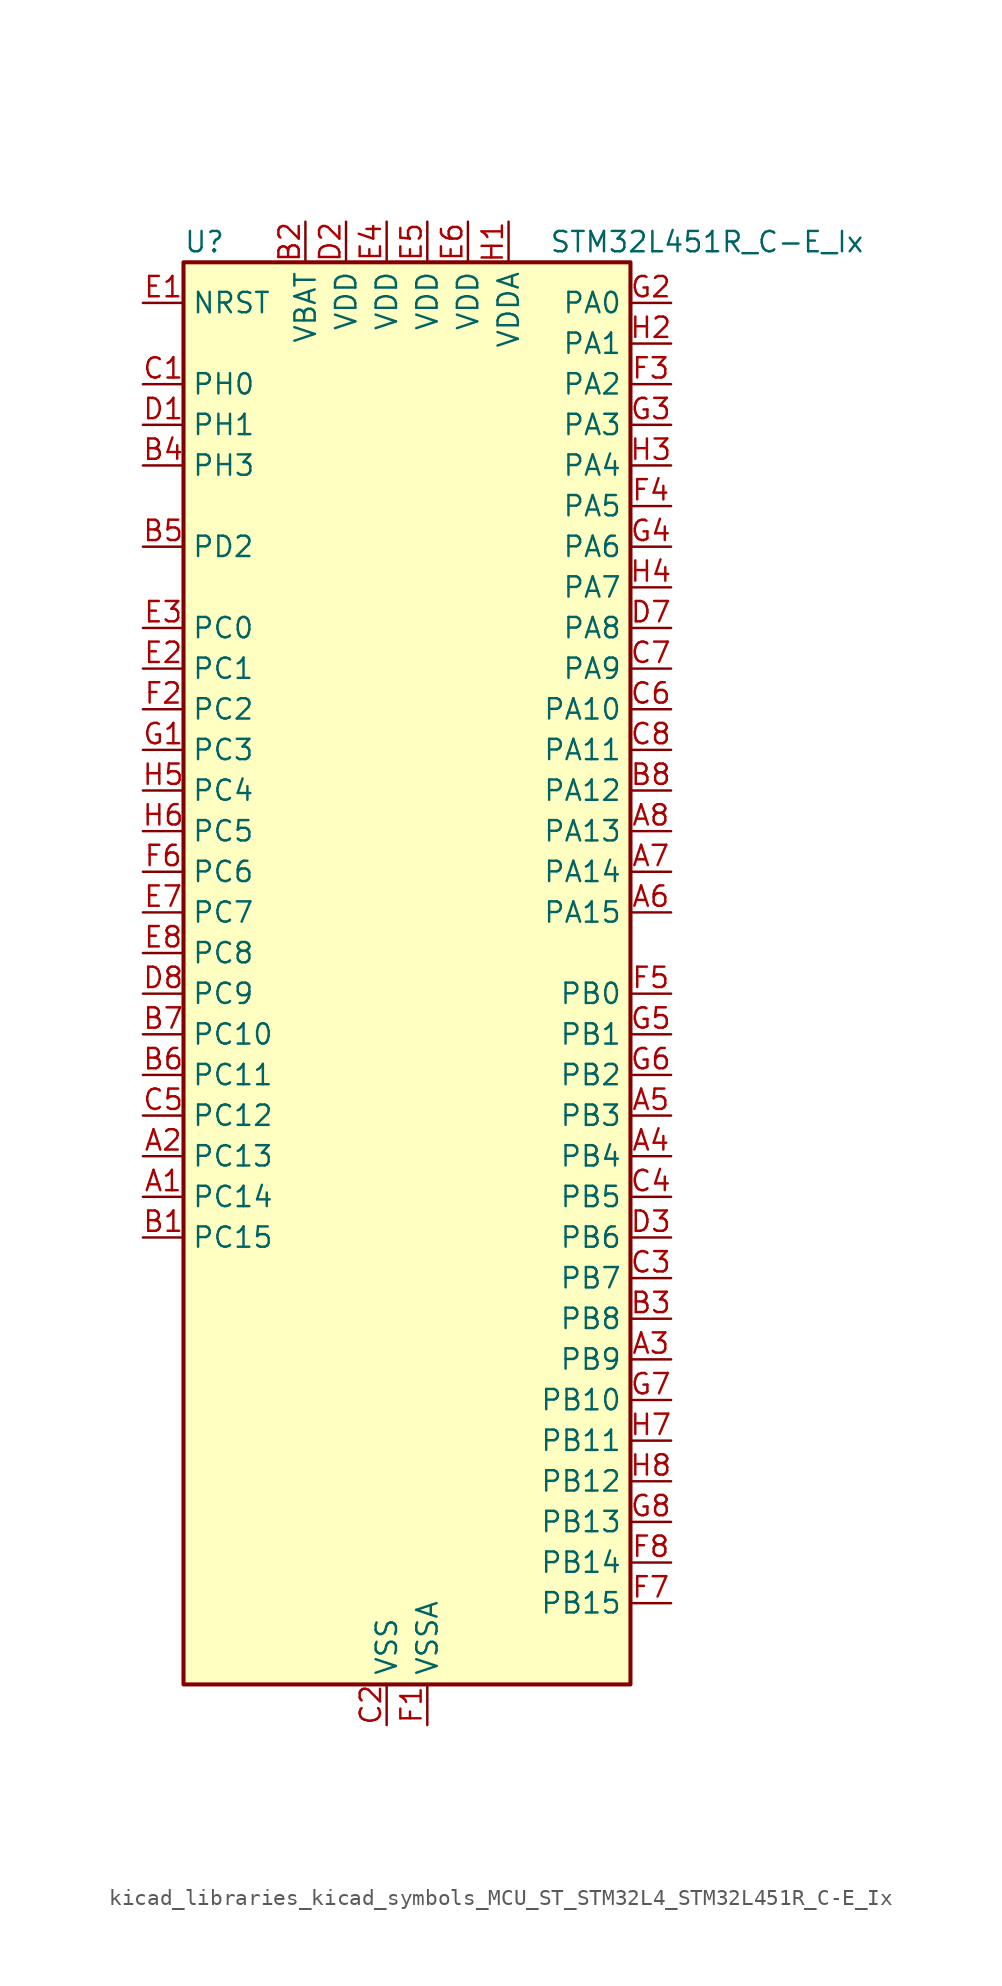
<source format=kicad_sym>
(kicad_symbol_lib
  (version 20220914)
  (generator kicad_symbol_editor)
  (symbol "kicad_libraries_kicad_symbols_MCU_ST_STM32L4_STM32L451R_C-E_Ix"
    (property "Reference" "U"
      (at -12.7 46.99 0)
      (effects (font (size 1.27 1.27)) (justify left)))
    (property "Value" "STM32L451R_C-E_Ix"
      (at 10.16 46.99 0)
      (effects (font (size 1.27 1.27)) (justify left)))
    (property "ki_locked" ""
      (at 0 0 0)
      (effects (font (size 1.27 1.27))))
    (symbol "kicad_libraries_kicad_symbols_MCU_ST_STM32L4_STM32L451R_C-E_Ix_0_1"
      (rectangle (start -12.7 -43.18) (end 15.24 45.72) (stroke (width 0.254) (type default)) (fill (type background))))
    (symbol "kicad_libraries_kicad_symbols_MCU_ST_STM32L4_STM32L451R_C-E_Ix_1_1"
      (pin bidirectional line (at -15.24 -12.7 0) (length 2.54) (name "PC14" (effects (font (size 1.27 1.27)))) (number "A1" (effects (font (size 1.27 1.27)))) (alternate "RCC_OSC32_IN" bidirectional line))
      (pin bidirectional line (at -15.24 -10.16 0) (length 2.54) (name "PC13" (effects (font (size 1.27 1.27)))) (number "A2" (effects (font (size 1.27 1.27)))) (alternate "RTC_OUT_ALARM" bidirectional line) (alternate "RTC_OUT_CALIB" bidirectional line) (alternate "RTC_TAMP1" bidirectional line) (alternate "RTC_TS" bidirectional line) (alternate "SYS_WKUP2" bidirectional line))
      (pin bidirectional line (at 17.78 -22.86 180) (length 2.54) (name "PB9" (effects (font (size 1.27 1.27)))) (number "A3" (effects (font (size 1.27 1.27)))) (alternate "CAN1_TX" bidirectional line) (alternate "DAC1_EXTI9" bidirectional line) (alternate "I2C1_SDA" bidirectional line) (alternate "IR_OUT" bidirectional line) (alternate "SAI1_FS_A" bidirectional line) (alternate "SDMMC1_D5" bidirectional line) (alternate "SPI2_NSS" bidirectional line))
      (pin bidirectional line (at 17.78 -10.16 180) (length 2.54) (name "PB4" (effects (font (size 1.27 1.27)))) (number "A4" (effects (font (size 1.27 1.27)))) (alternate "COMP2_INP" bidirectional line) (alternate "I2C3_SDA" bidirectional line) (alternate "SAI1_MCLK_B" bidirectional line) (alternate "SPI1_MISO" bidirectional line) (alternate "SPI3_MISO" bidirectional line) (alternate "SYS_JTRST" bidirectional line) (alternate "TIM3_CH1" bidirectional line) (alternate "TSC_G2_IO1" bidirectional line) (alternate "USART1_CTS" bidirectional line))
      (pin bidirectional line (at 17.78 -7.62 180) (length 2.54) (name "PB3" (effects (font (size 1.27 1.27)))) (number "A5" (effects (font (size 1.27 1.27)))) (alternate "COMP2_INM" bidirectional line) (alternate "SAI1_SCK_B" bidirectional line) (alternate "SPI1_SCK" bidirectional line) (alternate "SPI3_SCK" bidirectional line) (alternate "SYS_JTDO-SWO" bidirectional line) (alternate "TIM2_CH2" bidirectional line) (alternate "USART1_DE" bidirectional line) (alternate "USART1_RTS" bidirectional line))
      (pin bidirectional line (at 17.78 5.08 180) (length 2.54) (name "PA15" (effects (font (size 1.27 1.27)))) (number "A6" (effects (font (size 1.27 1.27)))) (alternate "ADC1_EXTI15" bidirectional line) (alternate "SPI1_NSS" bidirectional line) (alternate "SPI3_NSS" bidirectional line) (alternate "SYS_JTDI" bidirectional line) (alternate "TIM2_CH1" bidirectional line) (alternate "TIM2_ETR" bidirectional line) (alternate "TSC_G3_IO1" bidirectional line) (alternate "UART4_DE" bidirectional line) (alternate "UART4_RTS" bidirectional line) (alternate "USART2_RX" bidirectional line) (alternate "USART3_DE" bidirectional line) (alternate "USART3_RTS" bidirectional line))
      (pin bidirectional line (at 17.78 7.62 180) (length 2.54) (name "PA14" (effects (font (size 1.27 1.27)))) (number "A7" (effects (font (size 1.27 1.27)))) (alternate "I2C1_SMBA" bidirectional line) (alternate "I2C4_SMBA" bidirectional line) (alternate "LPTIM1_OUT" bidirectional line) (alternate "SAI1_FS_B" bidirectional line) (alternate "SYS_JTCK-SWCLK" bidirectional line))
      (pin bidirectional line (at 17.78 10.16 180) (length 2.54) (name "PA13" (effects (font (size 1.27 1.27)))) (number "A8" (effects (font (size 1.27 1.27)))) (alternate "IR_OUT" bidirectional line) (alternate "SAI1_SD_B" bidirectional line) (alternate "SYS_JTMS-SWDIO" bidirectional line))
      (pin bidirectional line (at -15.24 -15.24 0) (length 2.54) (name "PC15" (effects (font (size 1.27 1.27)))) (number "B1" (effects (font (size 1.27 1.27)))) (alternate "ADC1_EXTI15" bidirectional line) (alternate "RCC_OSC32_OUT" bidirectional line))
      (pin power_in line (at -5.08 48.26 270) (length 2.54) (name "VBAT" (effects (font (size 1.27 1.27)))) (number "B2" (effects (font (size 1.27 1.27)))))
      (pin bidirectional line (at 17.78 -20.32 180) (length 2.54) (name "PB8" (effects (font (size 1.27 1.27)))) (number "B3" (effects (font (size 1.27 1.27)))) (alternate "CAN1_RX" bidirectional line) (alternate "I2C1_SCL" bidirectional line) (alternate "SAI1_MCLK_A" bidirectional line) (alternate "SDMMC1_D4" bidirectional line) (alternate "TIM16_CH1" bidirectional line))
      (pin bidirectional line (at -15.24 33.02 0) (length 2.54) (name "PH3" (effects (font (size 1.27 1.27)))) (number "B4" (effects (font (size 1.27 1.27)))))
      (pin bidirectional line (at -15.24 27.94 0) (length 2.54) (name "PD2" (effects (font (size 1.27 1.27)))) (number "B5" (effects (font (size 1.27 1.27)))) (alternate "SDMMC1_CMD" bidirectional line) (alternate "SYS_TRACED2" bidirectional line) (alternate "TIM3_ETR" bidirectional line) (alternate "TSC_SYNC" bidirectional line) (alternate "USART3_DE" bidirectional line) (alternate "USART3_RTS" bidirectional line))
      (pin bidirectional line (at -15.24 -5.08 0) (length 2.54) (name "PC11" (effects (font (size 1.27 1.27)))) (number "B6" (effects (font (size 1.27 1.27)))) (alternate "ADC1_EXTI11" bidirectional line) (alternate "SDMMC1_D3" bidirectional line) (alternate "SPI3_MISO" bidirectional line) (alternate "TSC_G3_IO3" bidirectional line) (alternate "UART4_RX" bidirectional line) (alternate "USART3_RX" bidirectional line))
      (pin bidirectional line (at -15.24 -2.54 0) (length 2.54) (name "PC10" (effects (font (size 1.27 1.27)))) (number "B7" (effects (font (size 1.27 1.27)))) (alternate "SDMMC1_D2" bidirectional line) (alternate "SPI3_SCK" bidirectional line) (alternate "SYS_TRACED1" bidirectional line) (alternate "TSC_G3_IO2" bidirectional line) (alternate "UART4_TX" bidirectional line) (alternate "USART3_TX" bidirectional line))
      (pin bidirectional line (at 17.78 12.7 180) (length 2.54) (name "PA12" (effects (font (size 1.27 1.27)))) (number "B8" (effects (font (size 1.27 1.27)))) (alternate "CAN1_TX" bidirectional line) (alternate "SPI1_MOSI" bidirectional line) (alternate "TIM1_ETR" bidirectional line) (alternate "USART1_DE" bidirectional line) (alternate "USART1_RTS" bidirectional line))
      (pin bidirectional line (at -15.24 38.1 0) (length 2.54) (name "PH0" (effects (font (size 1.27 1.27)))) (number "C1" (effects (font (size 1.27 1.27)))) (alternate "RCC_OSC_IN" bidirectional line))
      (pin power_in line (at 0 -45.72 90) (length 2.54) (name "VSS" (effects (font (size 1.27 1.27)))) (number "C2" (effects (font (size 1.27 1.27)))))
      (pin bidirectional line (at 17.78 -17.78 180) (length 2.54) (name "PB7" (effects (font (size 1.27 1.27)))) (number "C3" (effects (font (size 1.27 1.27)))) (alternate "COMP2_INM" bidirectional line) (alternate "I2C1_SDA" bidirectional line) (alternate "I2C4_SDA" bidirectional line) (alternate "LPTIM1_IN2" bidirectional line) (alternate "SYS_PVD_IN" bidirectional line) (alternate "TSC_G2_IO4" bidirectional line) (alternate "UART4_CTS" bidirectional line) (alternate "USART1_RX" bidirectional line))
      (pin bidirectional line (at 17.78 -12.7 180) (length 2.54) (name "PB5" (effects (font (size 1.27 1.27)))) (number "C4" (effects (font (size 1.27 1.27)))) (alternate "CAN1_RX" bidirectional line) (alternate "COMP2_OUT" bidirectional line) (alternate "I2C1_SMBA" bidirectional line) (alternate "LPTIM1_IN1" bidirectional line) (alternate "SAI1_SD_B" bidirectional line) (alternate "SPI1_MOSI" bidirectional line) (alternate "SPI3_MOSI" bidirectional line) (alternate "TIM16_BKIN" bidirectional line) (alternate "TIM3_CH2" bidirectional line) (alternate "TSC_G2_IO2" bidirectional line) (alternate "USART1_CK" bidirectional line))
      (pin bidirectional line (at -15.24 -7.62 0) (length 2.54) (name "PC12" (effects (font (size 1.27 1.27)))) (number "C5" (effects (font (size 1.27 1.27)))) (alternate "SDMMC1_CK" bidirectional line) (alternate "SPI3_MOSI" bidirectional line) (alternate "SYS_TRACED3" bidirectional line) (alternate "TSC_G3_IO4" bidirectional line) (alternate "USART3_CK" bidirectional line))
      (pin bidirectional line (at 17.78 17.78 180) (length 2.54) (name "PA10" (effects (font (size 1.27 1.27)))) (number "C6" (effects (font (size 1.27 1.27)))) (alternate "I2C1_SDA" bidirectional line) (alternate "SAI1_SD_A" bidirectional line) (alternate "TIM1_CH3" bidirectional line) (alternate "USART1_RX" bidirectional line))
      (pin bidirectional line (at 17.78 20.32 180) (length 2.54) (name "PA9" (effects (font (size 1.27 1.27)))) (number "C7" (effects (font (size 1.27 1.27)))) (alternate "DAC1_EXTI9" bidirectional line) (alternate "DFSDM1_DATIN1" bidirectional line) (alternate "I2C1_SCL" bidirectional line) (alternate "SAI1_FS_A" bidirectional line) (alternate "TIM15_BKIN" bidirectional line) (alternate "TIM1_CH2" bidirectional line) (alternate "USART1_TX" bidirectional line))
      (pin bidirectional line (at 17.78 15.24 180) (length 2.54) (name "PA11" (effects (font (size 1.27 1.27)))) (number "C8" (effects (font (size 1.27 1.27)))) (alternate "ADC1_EXTI11" bidirectional line) (alternate "CAN1_RX" bidirectional line) (alternate "COMP1_OUT" bidirectional line) (alternate "SPI1_MISO" bidirectional line) (alternate "TIM1_BKIN2" bidirectional line) (alternate "TIM1_BKIN2_COMP1" bidirectional line) (alternate "TIM1_CH4" bidirectional line) (alternate "USART1_CTS" bidirectional line))
      (pin bidirectional line (at -15.24 35.56 0) (length 2.54) (name "PH1" (effects (font (size 1.27 1.27)))) (number "D1" (effects (font (size 1.27 1.27)))) (alternate "RCC_OSC_OUT" bidirectional line))
      (pin power_in line (at -2.54 48.26 270) (length 2.54) (name "VDD" (effects (font (size 1.27 1.27)))) (number "D2" (effects (font (size 1.27 1.27)))))
      (pin bidirectional line (at 17.78 -15.24 180) (length 2.54) (name "PB6" (effects (font (size 1.27 1.27)))) (number "D3" (effects (font (size 1.27 1.27)))) (alternate "CAN1_TX" bidirectional line) (alternate "COMP2_INP" bidirectional line) (alternate "I2C1_SCL" bidirectional line) (alternate "I2C4_SCL" bidirectional line) (alternate "LPTIM1_ETR" bidirectional line) (alternate "SAI1_FS_B" bidirectional line) (alternate "TIM16_CH1N" bidirectional line) (alternate "TSC_G2_IO3" bidirectional line) (alternate "USART1_TX" bidirectional line))
      (pin passive line (at 0 -45.72 90) (length 2.54) hide (name "VSS" (effects (font (size 1.27 1.27)))) (number "D4" (effects (font (size 1.27 1.27)))))
      (pin passive line (at 0 -45.72 90) (length 2.54) hide (name "VSS" (effects (font (size 1.27 1.27)))) (number "D5" (effects (font (size 1.27 1.27)))))
      (pin passive line (at 0 -45.72 90) (length 2.54) hide (name "VSS" (effects (font (size 1.27 1.27)))) (number "D6" (effects (font (size 1.27 1.27)))))
      (pin bidirectional line (at 17.78 22.86 180) (length 2.54) (name "PA8" (effects (font (size 1.27 1.27)))) (number "D7" (effects (font (size 1.27 1.27)))) (alternate "DFSDM1_CKIN1" bidirectional line) (alternate "LPTIM2_OUT" bidirectional line) (alternate "RCC_MCO" bidirectional line) (alternate "SAI1_SCK_A" bidirectional line) (alternate "TIM1_CH1" bidirectional line) (alternate "USART1_CK" bidirectional line))
      (pin bidirectional line (at -15.24 0 0) (length 2.54) (name "PC9" (effects (font (size 1.27 1.27)))) (number "D8" (effects (font (size 1.27 1.27)))) (alternate "DAC1_EXTI9" bidirectional line) (alternate "SDMMC1_D1" bidirectional line) (alternate "TIM3_CH4" bidirectional line) (alternate "TSC_G4_IO4" bidirectional line))
      (pin input line (at -15.24 43.18 0) (length 2.54) (name "NRST" (effects (font (size 1.27 1.27)))) (number "E1" (effects (font (size 1.27 1.27)))))
      (pin bidirectional line (at -15.24 20.32 0) (length 2.54) (name "PC1" (effects (font (size 1.27 1.27)))) (number "E2" (effects (font (size 1.27 1.27)))) (alternate "ADC1_IN2" bidirectional line) (alternate "I2C3_SDA" bidirectional line) (alternate "I2C4_SDA" bidirectional line) (alternate "LPTIM1_OUT" bidirectional line) (alternate "LPUART1_TX" bidirectional line) (alternate "SYS_TRACED0" bidirectional line))
      (pin bidirectional line (at -15.24 22.86 0) (length 2.54) (name "PC0" (effects (font (size 1.27 1.27)))) (number "E3" (effects (font (size 1.27 1.27)))) (alternate "ADC1_IN1" bidirectional line) (alternate "I2C3_SCL" bidirectional line) (alternate "I2C4_SCL" bidirectional line) (alternate "LPTIM1_IN1" bidirectional line) (alternate "LPTIM2_IN1" bidirectional line) (alternate "LPUART1_RX" bidirectional line))
      (pin power_in line (at 0 48.26 270) (length 2.54) (name "VDD" (effects (font (size 1.27 1.27)))) (number "E4" (effects (font (size 1.27 1.27)))))
      (pin power_in line (at 2.54 48.26 270) (length 2.54) (name "VDD" (effects (font (size 1.27 1.27)))) (number "E5" (effects (font (size 1.27 1.27)))))
      (pin power_in line (at 5.08 48.26 270) (length 2.54) (name "VDD" (effects (font (size 1.27 1.27)))) (number "E6" (effects (font (size 1.27 1.27)))))
      (pin bidirectional line (at -15.24 5.08 0) (length 2.54) (name "PC7" (effects (font (size 1.27 1.27)))) (number "E7" (effects (font (size 1.27 1.27)))) (alternate "DFSDM1_DATIN3" bidirectional line) (alternate "SDMMC1_D7" bidirectional line) (alternate "TIM3_CH2" bidirectional line) (alternate "TSC_G4_IO2" bidirectional line))
      (pin bidirectional line (at -15.24 2.54 0) (length 2.54) (name "PC8" (effects (font (size 1.27 1.27)))) (number "E8" (effects (font (size 1.27 1.27)))) (alternate "SDMMC1_D0" bidirectional line) (alternate "TIM3_CH3" bidirectional line) (alternate "TSC_G4_IO3" bidirectional line))
      (pin power_in line (at 2.54 -45.72 90) (length 2.54) (name "VSSA" (effects (font (size 1.27 1.27)))) (number "F1" (effects (font (size 1.27 1.27)))))
      (pin bidirectional line (at -15.24 17.78 0) (length 2.54) (name "PC2" (effects (font (size 1.27 1.27)))) (number "F2" (effects (font (size 1.27 1.27)))) (alternate "ADC1_IN3" bidirectional line) (alternate "DFSDM1_CKOUT" bidirectional line) (alternate "LPTIM1_IN2" bidirectional line) (alternate "SPI2_MISO" bidirectional line))
      (pin bidirectional line (at 17.78 38.1 180) (length 2.54) (name "PA2" (effects (font (size 1.27 1.27)))) (number "F3" (effects (font (size 1.27 1.27)))) (alternate "ADC1_IN7" bidirectional line) (alternate "COMP2_INM" bidirectional line) (alternate "COMP2_OUT" bidirectional line) (alternate "LPUART1_TX" bidirectional line) (alternate "QUADSPI_BK1_NCS" bidirectional line) (alternate "RCC_LSCO" bidirectional line) (alternate "SYS_WKUP4" bidirectional line) (alternate "TIM15_CH1" bidirectional line) (alternate "TIM2_CH3" bidirectional line) (alternate "USART2_TX" bidirectional line))
      (pin bidirectional line (at 17.78 30.48 180) (length 2.54) (name "PA5" (effects (font (size 1.27 1.27)))) (number "F4" (effects (font (size 1.27 1.27)))) (alternate "ADC1_IN10" bidirectional line) (alternate "COMP1_INM" bidirectional line) (alternate "COMP2_INM" bidirectional line) (alternate "DFSDM1_CKOUT" bidirectional line) (alternate "LPTIM2_ETR" bidirectional line) (alternate "SPI1_SCK" bidirectional line) (alternate "TIM2_CH1" bidirectional line) (alternate "TIM2_ETR" bidirectional line))
      (pin bidirectional line (at 17.78 0 180) (length 2.54) (name "PB0" (effects (font (size 1.27 1.27)))) (number "F5" (effects (font (size 1.27 1.27)))) (alternate "ADC1_IN15" bidirectional line) (alternate "COMP1_OUT" bidirectional line) (alternate "DFSDM1_CKIN0" bidirectional line) (alternate "QUADSPI_BK1_IO1" bidirectional line) (alternate "SAI1_EXTCLK" bidirectional line) (alternate "SPI1_NSS" bidirectional line) (alternate "TIM1_CH2N" bidirectional line) (alternate "TIM3_CH3" bidirectional line) (alternate "USART3_CK" bidirectional line))
      (pin bidirectional line (at -15.24 7.62 0) (length 2.54) (name "PC6" (effects (font (size 1.27 1.27)))) (number "F6" (effects (font (size 1.27 1.27)))) (alternate "DFSDM1_CKIN3" bidirectional line) (alternate "SDMMC1_D6" bidirectional line) (alternate "TIM3_CH1" bidirectional line) (alternate "TSC_G4_IO1" bidirectional line))
      (pin bidirectional line (at 17.78 -38.1 180) (length 2.54) (name "PB15" (effects (font (size 1.27 1.27)))) (number "F7" (effects (font (size 1.27 1.27)))) (alternate "ADC1_EXTI15" bidirectional line) (alternate "DFSDM1_CKIN2" bidirectional line) (alternate "RTC_REFIN" bidirectional line) (alternate "SAI1_SD_A" bidirectional line) (alternate "SPI2_MOSI" bidirectional line) (alternate "TIM15_CH2" bidirectional line) (alternate "TIM1_CH3N" bidirectional line) (alternate "TSC_G1_IO4" bidirectional line))
      (pin bidirectional line (at 17.78 -35.56 180) (length 2.54) (name "PB14" (effects (font (size 1.27 1.27)))) (number "F8" (effects (font (size 1.27 1.27)))) (alternate "DFSDM1_DATIN2" bidirectional line) (alternate "I2C2_SDA" bidirectional line) (alternate "SAI1_MCLK_A" bidirectional line) (alternate "SPI2_MISO" bidirectional line) (alternate "TIM15_CH1" bidirectional line) (alternate "TIM1_CH2N" bidirectional line) (alternate "TSC_G1_IO3" bidirectional line) (alternate "USART3_DE" bidirectional line) (alternate "USART3_RTS" bidirectional line))
      (pin bidirectional line (at -15.24 15.24 0) (length 2.54) (name "PC3" (effects (font (size 1.27 1.27)))) (number "G1" (effects (font (size 1.27 1.27)))) (alternate "ADC1_IN4" bidirectional line) (alternate "LPTIM1_ETR" bidirectional line) (alternate "LPTIM2_ETR" bidirectional line) (alternate "SAI1_SD_A" bidirectional line) (alternate "SPI2_MOSI" bidirectional line))
      (pin bidirectional line (at 17.78 43.18 180) (length 2.54) (name "PA0" (effects (font (size 1.27 1.27)))) (number "G2" (effects (font (size 1.27 1.27)))) (alternate "ADC1_IN5" bidirectional line) (alternate "COMP1_INM" bidirectional line) (alternate "COMP1_OUT" bidirectional line) (alternate "OPAMP1_VINP" bidirectional line) (alternate "RTC_TAMP2" bidirectional line) (alternate "SAI1_EXTCLK" bidirectional line) (alternate "SYS_WKUP1" bidirectional line) (alternate "TIM2_CH1" bidirectional line) (alternate "TIM2_ETR" bidirectional line) (alternate "UART4_TX" bidirectional line) (alternate "USART2_CTS" bidirectional line))
      (pin bidirectional line (at 17.78 35.56 180) (length 2.54) (name "PA3" (effects (font (size 1.27 1.27)))) (number "G3" (effects (font (size 1.27 1.27)))) (alternate "ADC1_IN8" bidirectional line) (alternate "COMP2_INP" bidirectional line) (alternate "LPUART1_RX" bidirectional line) (alternate "OPAMP1_VOUT" bidirectional line) (alternate "QUADSPI_CLK" bidirectional line) (alternate "SAI1_MCLK_A" bidirectional line) (alternate "TIM15_CH2" bidirectional line) (alternate "TIM2_CH4" bidirectional line) (alternate "USART2_RX" bidirectional line))
      (pin bidirectional line (at 17.78 27.94 180) (length 2.54) (name "PA6" (effects (font (size 1.27 1.27)))) (number "G4" (effects (font (size 1.27 1.27)))) (alternate "ADC1_IN11" bidirectional line) (alternate "COMP1_OUT" bidirectional line) (alternate "LPUART1_CTS" bidirectional line) (alternate "QUADSPI_BK1_IO3" bidirectional line) (alternate "SPI1_MISO" bidirectional line) (alternate "TIM16_CH1" bidirectional line) (alternate "TIM1_BKIN" bidirectional line) (alternate "TIM1_BKIN_COMP2" bidirectional line) (alternate "TIM3_CH1" bidirectional line) (alternate "USART3_CTS" bidirectional line))
      (pin bidirectional line (at 17.78 -2.54 180) (length 2.54) (name "PB1" (effects (font (size 1.27 1.27)))) (number "G5" (effects (font (size 1.27 1.27)))) (alternate "ADC1_IN16" bidirectional line) (alternate "COMP1_INM" bidirectional line) (alternate "DFSDM1_DATIN0" bidirectional line) (alternate "LPTIM2_IN1" bidirectional line) (alternate "LPUART1_DE" bidirectional line) (alternate "LPUART1_RTS" bidirectional line) (alternate "QUADSPI_BK1_IO0" bidirectional line) (alternate "TIM1_CH3N" bidirectional line) (alternate "TIM3_CH4" bidirectional line) (alternate "USART3_DE" bidirectional line) (alternate "USART3_RTS" bidirectional line))
      (pin bidirectional line (at 17.78 -5.08 180) (length 2.54) (name "PB2" (effects (font (size 1.27 1.27)))) (number "G6" (effects (font (size 1.27 1.27)))) (alternate "COMP1_INP" bidirectional line) (alternate "DFSDM1_CKIN0" bidirectional line) (alternate "I2C3_SMBA" bidirectional line) (alternate "LPTIM1_OUT" bidirectional line) (alternate "RTC_OUT_ALARM" bidirectional line) (alternate "RTC_OUT_CALIB" bidirectional line))
      (pin bidirectional line (at 17.78 -25.4 180) (length 2.54) (name "PB10" (effects (font (size 1.27 1.27)))) (number "G7" (effects (font (size 1.27 1.27)))) (alternate "COMP1_OUT" bidirectional line) (alternate "I2C2_SCL" bidirectional line) (alternate "I2C4_SCL" bidirectional line) (alternate "LPUART1_RX" bidirectional line) (alternate "QUADSPI_CLK" bidirectional line) (alternate "SAI1_SCK_A" bidirectional line) (alternate "SPI2_SCK" bidirectional line) (alternate "TIM2_CH3" bidirectional line) (alternate "TSC_SYNC" bidirectional line) (alternate "USART3_TX" bidirectional line))
      (pin bidirectional line (at 17.78 -33.02 180) (length 2.54) (name "PB13" (effects (font (size 1.27 1.27)))) (number "G8" (effects (font (size 1.27 1.27)))) (alternate "CAN1_TX" bidirectional line) (alternate "DFSDM1_CKIN1" bidirectional line) (alternate "I2C2_SCL" bidirectional line) (alternate "LPUART1_CTS" bidirectional line) (alternate "SAI1_SCK_A" bidirectional line) (alternate "SPI2_SCK" bidirectional line) (alternate "TIM15_CH1N" bidirectional line) (alternate "TIM1_CH1N" bidirectional line) (alternate "TSC_G1_IO2" bidirectional line) (alternate "USART3_CTS" bidirectional line))
      (pin power_in line (at 7.62 48.26 270) (length 2.54) (name "VDDA" (effects (font (size 1.27 1.27)))) (number "H1" (effects (font (size 1.27 1.27)))))
      (pin bidirectional line (at 17.78 40.64 180) (length 2.54) (name "PA1" (effects (font (size 1.27 1.27)))) (number "H2" (effects (font (size 1.27 1.27)))) (alternate "ADC1_IN6" bidirectional line) (alternate "COMP1_INP" bidirectional line) (alternate "I2C1_SMBA" bidirectional line) (alternate "OPAMP1_VINM" bidirectional line) (alternate "SPI1_SCK" bidirectional line) (alternate "TIM15_CH1N" bidirectional line) (alternate "TIM2_CH2" bidirectional line) (alternate "UART4_RX" bidirectional line) (alternate "USART2_DE" bidirectional line) (alternate "USART2_RTS" bidirectional line))
      (pin bidirectional line (at 17.78 33.02 180) (length 2.54) (name "PA4" (effects (font (size 1.27 1.27)))) (number "H3" (effects (font (size 1.27 1.27)))) (alternate "ADC1_IN9" bidirectional line) (alternate "COMP1_INM" bidirectional line) (alternate "COMP2_INM" bidirectional line) (alternate "DAC1_OUT1" bidirectional line) (alternate "LPTIM2_OUT" bidirectional line) (alternate "SAI1_FS_B" bidirectional line) (alternate "SPI1_NSS" bidirectional line) (alternate "SPI3_NSS" bidirectional line) (alternate "USART2_CK" bidirectional line))
      (pin bidirectional line (at 17.78 25.4 180) (length 2.54) (name "PA7" (effects (font (size 1.27 1.27)))) (number "H4" (effects (font (size 1.27 1.27)))) (alternate "ADC1_IN12" bidirectional line) (alternate "COMP2_OUT" bidirectional line) (alternate "DFSDM1_DATIN0" bidirectional line) (alternate "I2C3_SCL" bidirectional line) (alternate "QUADSPI_BK1_IO2" bidirectional line) (alternate "SPI1_MOSI" bidirectional line) (alternate "TIM1_CH1N" bidirectional line) (alternate "TIM3_CH2" bidirectional line))
      (pin bidirectional line (at -15.24 12.7 0) (length 2.54) (name "PC4" (effects (font (size 1.27 1.27)))) (number "H5" (effects (font (size 1.27 1.27)))) (alternate "ADC1_IN13" bidirectional line) (alternate "COMP1_INM" bidirectional line) (alternate "USART3_TX" bidirectional line))
      (pin bidirectional line (at -15.24 10.16 0) (length 2.54) (name "PC5" (effects (font (size 1.27 1.27)))) (number "H6" (effects (font (size 1.27 1.27)))) (alternate "ADC1_IN14" bidirectional line) (alternate "COMP1_INP" bidirectional line) (alternate "SYS_WKUP5" bidirectional line) (alternate "USART3_RX" bidirectional line))
      (pin bidirectional line (at 17.78 -27.94 180) (length 2.54) (name "PB11" (effects (font (size 1.27 1.27)))) (number "H7" (effects (font (size 1.27 1.27)))) (alternate "ADC1_EXTI11" bidirectional line) (alternate "COMP2_OUT" bidirectional line) (alternate "I2C2_SDA" bidirectional line) (alternate "I2C4_SDA" bidirectional line) (alternate "LPUART1_TX" bidirectional line) (alternate "QUADSPI_BK1_NCS" bidirectional line) (alternate "TIM2_CH4" bidirectional line) (alternate "USART3_RX" bidirectional line))
      (pin bidirectional line (at 17.78 -30.48 180) (length 2.54) (name "PB12" (effects (font (size 1.27 1.27)))) (number "H8" (effects (font (size 1.27 1.27)))) (alternate "CAN1_RX" bidirectional line) (alternate "DFSDM1_DATIN1" bidirectional line) (alternate "I2C2_SMBA" bidirectional line) (alternate "LPUART1_DE" bidirectional line) (alternate "LPUART1_RTS" bidirectional line) (alternate "SAI1_FS_A" bidirectional line) (alternate "SPI2_NSS" bidirectional line) (alternate "TIM15_BKIN" bidirectional line) (alternate "TIM1_BKIN" bidirectional line) (alternate "TIM1_BKIN_COMP2" bidirectional line) (alternate "TSC_G1_IO1" bidirectional line) (alternate "USART3_CK" bidirectional line)))))
</source>
